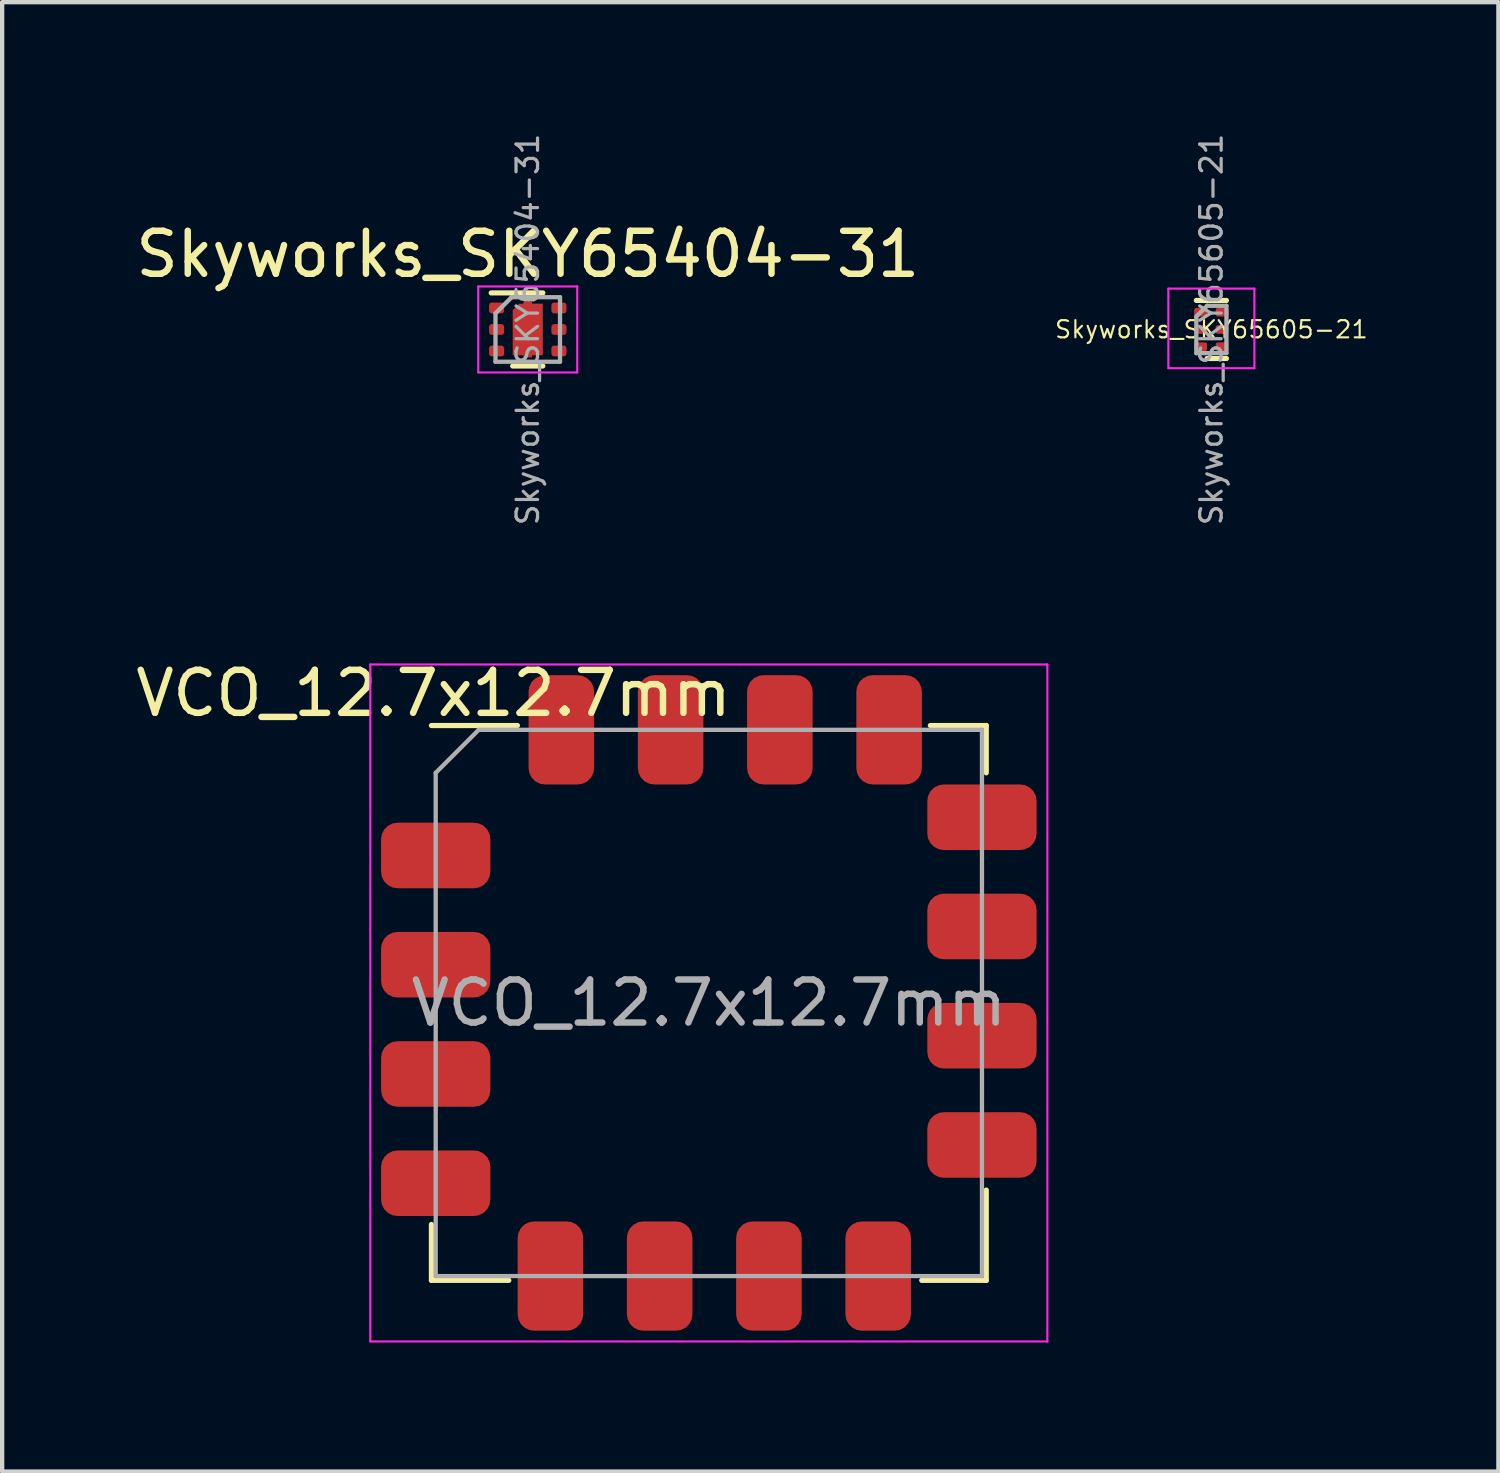
<source format=kicad_pcb>
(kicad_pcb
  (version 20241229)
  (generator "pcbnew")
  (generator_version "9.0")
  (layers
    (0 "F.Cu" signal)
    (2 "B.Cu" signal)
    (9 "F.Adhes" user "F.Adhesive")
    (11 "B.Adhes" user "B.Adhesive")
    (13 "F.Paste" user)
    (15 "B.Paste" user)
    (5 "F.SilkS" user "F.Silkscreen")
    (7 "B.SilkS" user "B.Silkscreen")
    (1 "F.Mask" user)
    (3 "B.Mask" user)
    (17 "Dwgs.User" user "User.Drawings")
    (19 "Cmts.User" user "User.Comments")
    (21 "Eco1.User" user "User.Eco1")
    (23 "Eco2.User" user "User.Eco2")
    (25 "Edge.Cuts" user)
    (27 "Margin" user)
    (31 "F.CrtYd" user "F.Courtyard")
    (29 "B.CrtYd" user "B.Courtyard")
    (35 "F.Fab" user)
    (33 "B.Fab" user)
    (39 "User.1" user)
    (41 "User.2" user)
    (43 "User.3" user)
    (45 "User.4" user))
  (footprint "VCO_12.7x12.7mm"
    (layer "F.Cu")
    (at 13.43 20.268)
    (property "Reference" "VCO_12.7x12.7mm" (at -6.4 -7.2 0) (layer "F.SilkS") (effects (font (size 1 1) (thickness 0.15))))
    (attr smd)
    (fp_line (start -6.45 -6.45) (end -4.45 -6.45) (stroke (width 0.12) (type solid)) (layer "F.SilkS"))
    (fp_line (start -6.45 6.45) (end -6.45 5.15) (stroke (width 0.12) (type solid)) (layer "F.SilkS"))
    (fp_line (start -6.45 6.45) (end -4.65 6.45) (stroke (width 0.12) (type solid)) (layer "F.SilkS"))
    (fp_line (start 6.45 -6.45) (end 5.15 -6.45) (stroke (width 0.12) (type solid)) (layer "F.SilkS"))
    (fp_line (start 6.45 -6.45) (end 6.45 -5.35) (stroke (width 0.12) (type solid)) (layer "F.SilkS"))
    (fp_line (start 6.45 6.45) (end 4.95 6.45) (stroke (width 0.12) (type solid)) (layer "F.SilkS"))
    (fp_line (start 6.45 6.45) (end 6.45 4.35) (stroke (width 0.12) (type solid)) (layer "F.SilkS"))
    (fp_line (start -7.87 -7.87) (end -7.87 7.87) (stroke (width 0.05) (type solid)) (layer "F.CrtYd"))
    (fp_line (start -7.87 7.87) (end 7.87 7.87) (stroke (width 0.05) (type solid)) (layer "F.CrtYd"))
    (fp_line (start 7.87 -7.87) (end -7.87 -7.87) (stroke (width 0.05) (type solid)) (layer "F.CrtYd"))
    (fp_line (start 7.87 7.87) (end 7.87 -7.87) (stroke (width 0.05) (type solid)) (layer "F.CrtYd"))
    (fp_line (start -6.35 -5.35) (end -6.35 6.35) (stroke (width 0.1) (type solid)) (layer "F.Fab"))
    (fp_line (start -6.35 -5.35) (end -5.35 -6.35) (stroke (width 0.1) (type solid)) (layer "F.Fab"))
    (fp_line (start -6.35 6.35) (end 6.35 6.35) (stroke (width 0.1) (type solid)) (layer "F.Fab"))
    (fp_line (start 6.35 -6.35) (end -5.35 -6.35) (stroke (width 0.1) (type solid)) (layer "F.Fab"))
    (fp_line (start 6.35 6.35) (end 6.35 -6.35) (stroke (width 0.1) (type solid)) (layer "F.Fab"))
    (fp_text user "${REFERENCE}" (at 0 0 0) (layer "F.Fab") (effects (font (size 1 1) (thickness 0.15))))
    (pad "1" smd roundrect (at -6.35 -3.429) (size 2.54 1.524) (layers "F.Cu" "F.Mask" "F.Paste") (roundrect_rratio 0.25))
    (pad "2" smd roundrect (at -6.35 -0.889) (size 2.54 1.524) (layers "F.Cu" "F.Mask" "F.Paste") (roundrect_rratio 0.25))
    (pad "3" smd roundrect (at -6.35 1.651) (size 2.54 1.524) (layers "F.Cu" "F.Mask" "F.Paste") (roundrect_rratio 0.25))
    (pad "4" smd roundrect (at -6.35 4.191) (size 2.54 1.524) (layers "F.Cu" "F.Mask" "F.Paste") (roundrect_rratio 0.25))
    (pad "5" smd roundrect (at -3.683 6.35 90) (size 2.54 1.524) (layers "F.Cu" "F.Mask" "F.Paste") (roundrect_rratio 0.25))
    (pad "6" smd roundrect (at -1.143 6.35 90) (size 2.54 1.524) (layers "F.Cu" "F.Mask" "F.Paste") (roundrect_rratio 0.25))
    (pad "7" smd roundrect (at 1.397 6.35 90) (size 2.54 1.524) (layers "F.Cu" "F.Mask" "F.Paste") (roundrect_rratio 0.25))
    (pad "8" smd roundrect (at 3.937 6.35 90) (size 2.54 1.524) (layers "F.Cu" "F.Mask" "F.Paste") (roundrect_rratio 0.25))
    (pad "9" smd roundrect (at 6.35 3.302 180) (size 2.54 1.524) (layers "F.Cu" "F.Mask" "F.Paste") (roundrect_rratio 0.25))
    (pad "10" smd roundrect (at 6.35 0.762 180) (size 2.54 1.524) (layers "F.Cu" "F.Mask" "F.Paste") (roundrect_rratio 0.25))
    (pad "11" smd roundrect (at 6.35 -1.778 180) (size 2.54 1.524) (layers "F.Cu" "F.Mask" "F.Paste") (roundrect_rratio 0.25))
    (pad "12" smd roundrect (at 6.35 -4.318 180) (size 2.54 1.524) (layers "F.Cu" "F.Mask" "F.Paste") (roundrect_rratio 0.25))
    (pad "13" smd roundrect (at 4.191 -6.35 270) (size 2.54 1.524) (layers "F.Cu" "F.Mask" "F.Paste") (roundrect_rratio 0.25))
    (pad "14" smd roundrect (at 1.651 -6.35 270) (size 2.54 1.524) (layers "F.Cu" "F.Mask" "F.Paste") (roundrect_rratio 0.25))
    (pad "15" smd roundrect (at -0.889 -6.35 270) (size 2.54 1.524) (layers "F.Cu" "F.Mask" "F.Paste") (roundrect_rratio 0.25))
    (pad "16" smd roundrect (at -3.429 -6.35 270) (size 2.54 1.524) (layers "F.Cu" "F.Mask" "F.Paste") (roundrect_rratio 0.25)))
  (footprint "Skyworks_SKY65605-21"
    (layer "F.Cu")
    (at 25.114 4.61)
    (property "Reference" "Skyworks_SKY65605-21" (at 0 0 0) (layer "F.SilkS") (effects (font (size 0.4 0.4) (thickness 0.05))))
    (attr smd)
    (fp_line (start -0.35 -0.675) (end 0.35 -0.675) (stroke (width 0.12) (type solid)) (layer "F.SilkS"))
    (fp_line (start -0.1 0.675) (end 0.35 0.675) (stroke (width 0.12) (type solid)) (layer "F.SilkS"))
    (fp_line (start -1 -0.95) (end 1 -0.95) (stroke (width 0.05) (type solid)) (layer "F.CrtYd"))
    (fp_line (start -1 0.9) (end -1 -0.95) (stroke (width 0.05) (type solid)) (layer "F.CrtYd"))
    (fp_line (start -1 0.9) (end 1 0.9) (stroke (width 0.05) (type solid)) (layer "F.CrtYd"))
    (fp_line (start 1 -0.95) (end 1 0.9) (stroke (width 0.05) (type solid)) (layer "F.CrtYd"))
    (fp_line (start -0.35 0.55) (end -0.35 -0.3) (stroke (width 0.1) (type solid)) (layer "F.Fab"))
    (fp_line (start -0.1 -0.55) (end -0.35 -0.3) (stroke (width 0.1) (type solid)) (layer "F.Fab"))
    (fp_line (start -0.1 -0.55) (end 0.35 -0.55) (stroke (width 0.1) (type solid)) (layer "F.Fab"))
    (fp_line (start 0.35 -0.55) (end 0.35 0.55) (stroke (width 0.1) (type solid)) (layer "F.Fab"))
    (fp_line (start 0.35 0.55) (end -0.35 0.55) (stroke (width 0.1) (type solid)) (layer "F.Fab"))
    (fp_text user "${REFERENCE}" (at 0 0 270) (layer "F.Fab") (effects (font (size 0.5 0.5) (thickness 0.075))))
    (pad "1" smd roundrect (at -0.25 -0.4) (size 0.3 0.2) (layers "F.Cu" "F.Mask" "F.Paste") (roundrect_rratio 0.25))
    (pad "2" smd roundrect (at -0.25 0) (size 0.3 0.2) (layers "F.Cu" "F.Mask" "F.Paste") (roundrect_rratio 0.25))
    (pad "3" smd roundrect (at -0.25 0.4) (size 0.3 0.2) (layers "F.Cu" "F.Mask" "F.Paste") (roundrect_rratio 0.25))
    (pad "4" smd roundrect (at 0.25 0.4) (size 0.3 0.2) (layers "F.Cu" "F.Mask" "F.Paste") (roundrect_rratio 0.25))
    (pad "5" smd roundrect (at 0.25 0) (size 0.3 0.2) (layers "F.Cu" "F.Mask" "F.Paste") (roundrect_rratio 0.25))
    (pad "6" smd roundrect (at 0.25 -0.4) (size 0.3 0.2) (layers "F.Cu" "F.Mask" "F.Paste") (roundrect_rratio 0.25)))
  (footprint "Skyworks_SKY65404-31"
    (layer "F.Cu")
    (at 9.22 4.61)
    (property "Reference" "Skyworks_SKY65404-31" (at 0 -1.75 0) (layer "F.SilkS") (effects (font (size 1 1) (thickness 0.15))))
    (attr smd)
    (fp_line (start -0.85 -0.85) (end 0.35 -0.85) (stroke (width 0.12) (type solid)) (layer "F.SilkS"))
    (fp_line (start -0.35 0.85) (end 0.35 0.85) (stroke (width 0.12) (type solid)) (layer "F.SilkS"))
    (fp_line (start -1.15 -1) (end 1.15 -1) (stroke (width 0.05) (type solid)) (layer "F.CrtYd"))
    (fp_line (start -1.15 1) (end -1.15 -1) (stroke (width 0.05) (type solid)) (layer "F.CrtYd"))
    (fp_line (start 1.15 -1) (end 1.15 1) (stroke (width 0.05) (type solid)) (layer "F.CrtYd"))
    (fp_line (start 1.15 1) (end -1.15 1) (stroke (width 0.05) (type solid)) (layer "F.CrtYd"))
    (fp_line (start -0.75 -0.375) (end -0.375 -0.75) (stroke (width 0.1) (type solid)) (layer "F.Fab"))
    (fp_line (start -0.75 0.75) (end -0.75 -0.375) (stroke (width 0.1) (type solid)) (layer "F.Fab"))
    (fp_line (start -0.375 -0.75) (end 0.75 -0.75) (stroke (width 0.1) (type solid)) (layer "F.Fab"))
    (fp_line (start 0.75 -0.75) (end 0.75 0.75) (stroke (width 0.1) (type solid)) (layer "F.Fab"))
    (fp_line (start 0.75 0.75) (end -0.75 0.75) (stroke (width 0.1) (type solid)) (layer "F.Fab"))
    (fp_text user "${REFERENCE}" (at 0 0 270) (layer "F.Fab") (effects (font (size 0.5 0.5) (thickness 0.075))))
    (pad "1" smd roundrect (at -0.725 -0.5) (size 0.35 0.25) (layers "F.Cu" "F.Mask" "F.Paste") (roundrect_rratio 0.25))
    (pad "2" smd roundrect (at -0.725 0) (size 0.35 0.25) (layers "F.Cu" "F.Mask" "F.Paste") (roundrect_rratio 0.25))
    (pad "3" smd roundrect (at -0.725 0.5) (size 0.35 0.25) (layers "F.Cu" "F.Mask" "F.Paste") (roundrect_rratio 0.25))
    (pad "4" smd roundrect (at 0.725 0.5) (size 0.35 0.25) (layers "F.Cu" "F.Mask" "F.Paste") (roundrect_rratio 0.25))
    (pad "5" smd roundrect (at 0.725 0) (size 0.35 0.25) (layers "F.Cu" "F.Mask" "F.Paste") (roundrect_rratio 0.25))
    (pad "6" smd roundrect (at 0.725 -0.5) (size 0.35 0.25) (layers "F.Cu" "F.Mask" "F.Paste") (roundrect_rratio 0.25))
    (pad "7" smd custom (at 0 0) (size 0.35 0.25) (layers "F.Cu" "F.Mask" "F.Paste") (options (anchor rect)) (primitives (gr_poly (pts (xy 0.35 -0.6) (xy 0.35 0) (xy 0.35 0.6) (xy 0.1 0.6) (xy 0.1 0.65) (xy -0.1 0.65) (xy -0.1 0.6) (xy -0.35 0.6) (xy -0.35 -0.45) (xy -0.2 -0.6) (xy -0.1 -0.6) (xy -0.1 -0.65) (xy 0.1 -0.65) (xy 0.1 -0.6)) (width 0) (fill yes)))))
  (gr_rect
    (start -3 -3)
    (end 31.787 31.163)
    (stroke (width 0.1) (type default))
    (fill no)
    (layer "Edge.Cuts")))
</source>
